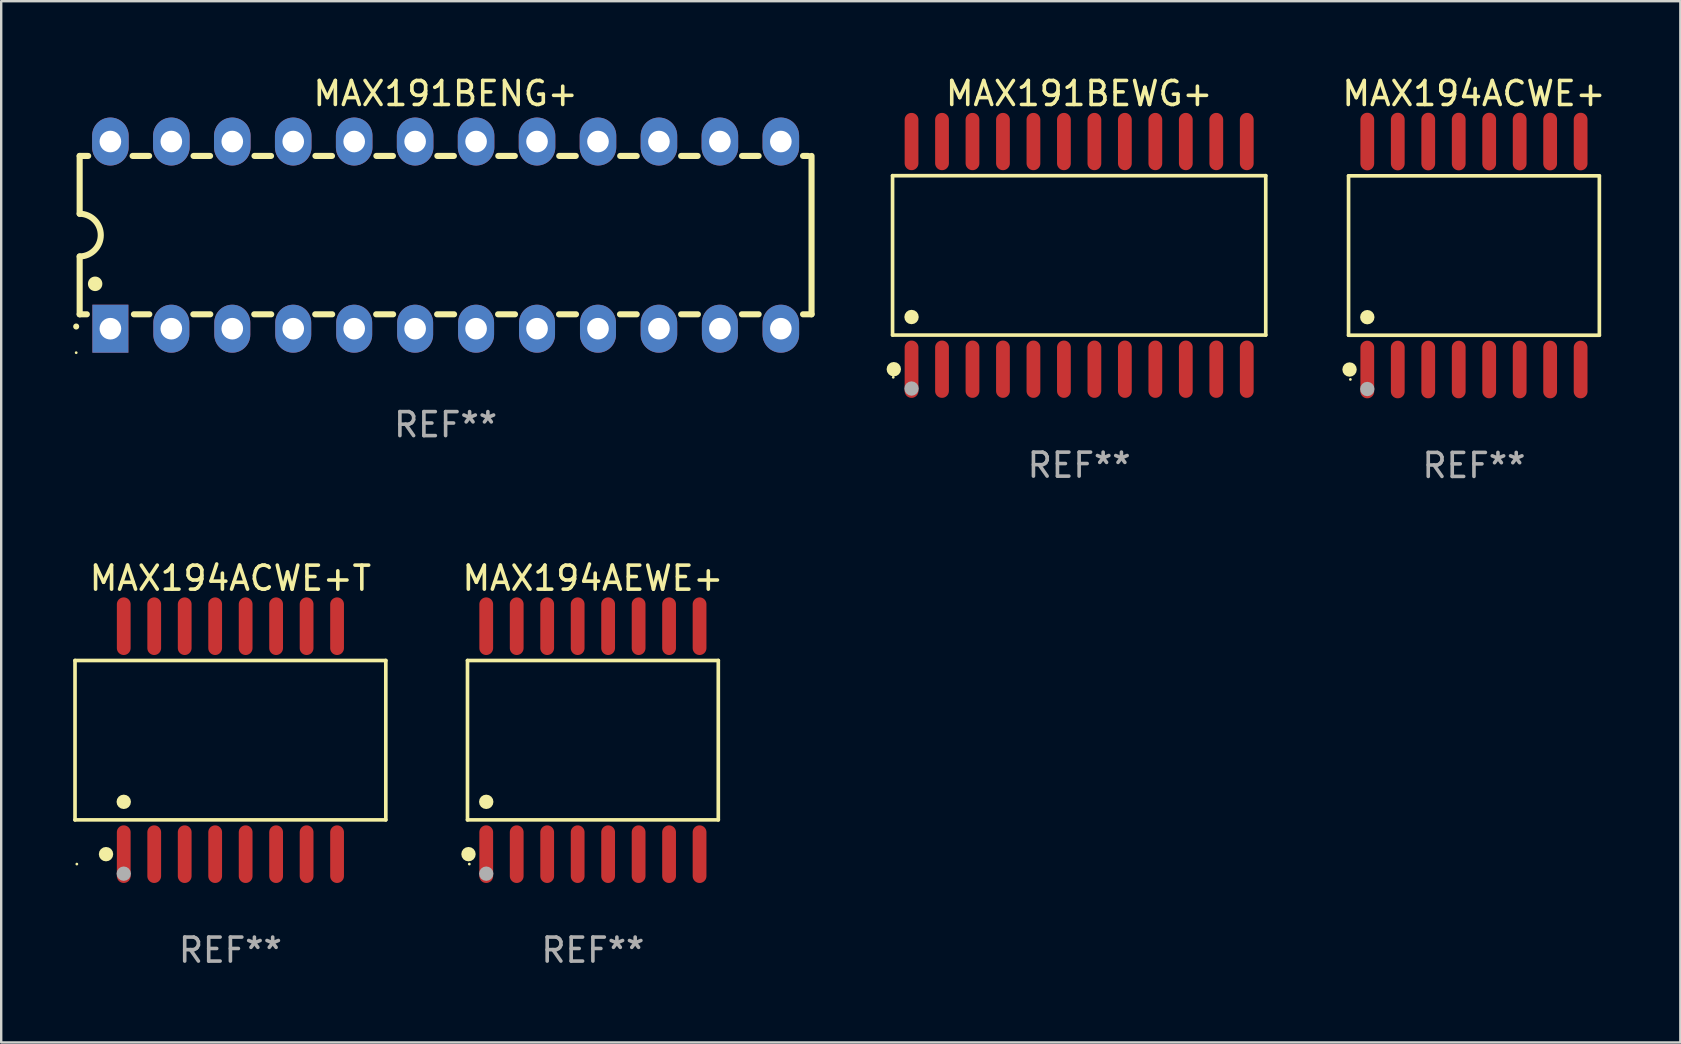
<source format=kicad_pcb>
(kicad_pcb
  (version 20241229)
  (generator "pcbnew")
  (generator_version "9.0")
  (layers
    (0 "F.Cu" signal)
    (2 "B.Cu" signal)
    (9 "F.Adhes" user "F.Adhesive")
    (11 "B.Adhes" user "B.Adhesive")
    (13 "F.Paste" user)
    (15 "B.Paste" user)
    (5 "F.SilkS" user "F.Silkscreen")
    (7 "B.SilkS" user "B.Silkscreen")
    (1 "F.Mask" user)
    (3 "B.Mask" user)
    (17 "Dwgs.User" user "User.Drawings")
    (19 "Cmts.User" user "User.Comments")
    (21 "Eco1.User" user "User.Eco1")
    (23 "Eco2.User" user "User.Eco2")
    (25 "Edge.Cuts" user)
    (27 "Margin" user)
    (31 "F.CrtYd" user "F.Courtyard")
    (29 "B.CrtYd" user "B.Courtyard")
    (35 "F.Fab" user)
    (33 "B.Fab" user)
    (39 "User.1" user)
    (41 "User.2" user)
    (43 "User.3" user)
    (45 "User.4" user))
  (footprint "MAX191BEWG+"
    (layer "F.Cu")
    (at 41.922 7.592)
    (property "Reference" "MAX191BEWG+" (at 0 -6.744 0) (layer "F.SilkS") (effects (font (size 1 1) (thickness 0.15))))
    (attr through_hole)
    (fp_line (start -7.776 -3.321) (end 7.776 -3.321) (stroke (width 0.152) (type solid)) (layer "F.SilkS"))
    (fp_line (start -7.776 3.321) (end -7.776 -3.321) (stroke (width 0.152) (type solid)) (layer "F.SilkS"))
    (fp_line (start 7.776 -3.321) (end 7.776 3.321) (stroke (width 0.152) (type solid)) (layer "F.SilkS"))
    (fp_line (start 7.776 3.321) (end -7.776 3.321) (stroke (width 0.152) (type solid)) (layer "F.SilkS"))
    (fp_circle (center -7.747 5.08) (end -7.717 5.08) (stroke (width 0.06) (type solid)) (fill no) (layer "F.SilkS"))
    (fp_circle (center -7.724 4.744) (end -7.574 4.744) (stroke (width 0.3) (type solid)) (fill no) (layer "F.SilkS"))
    (fp_circle (center -6.985 2.569) (end -6.835 2.569) (stroke (width 0.3) (type solid)) (fill no) (layer "F.SilkS"))
    (fp_circle (center -6.985 5.55) (end -6.835 5.55) (stroke (width 0.3) (type solid)) (fill no) (layer "F.Fab"))
    (fp_text user "REF**" (at 0 8.744 0) (layer "F.Fab") (effects (font (size 1 1) (thickness 0.15))))
    (pad "1" smd oval (at -6.985 4.744) (size 0.574 2.388) (layers "F.Cu" "F.Mask" "F.Paste"))
    (pad "2" smd oval (at -5.715 4.744) (size 0.574 2.388) (layers "F.Cu" "F.Mask" "F.Paste"))
    (pad "3" smd oval (at -4.445 4.744) (size 0.574 2.388) (layers "F.Cu" "F.Mask" "F.Paste"))
    (pad "4" smd oval (at -3.175 4.744) (size 0.574 2.388) (layers "F.Cu" "F.Mask" "F.Paste"))
    (pad "5" smd oval (at -1.905 4.744) (size 0.574 2.388) (layers "F.Cu" "F.Mask" "F.Paste"))
    (pad "6" smd oval (at -0.635 4.744) (size 0.574 2.388) (layers "F.Cu" "F.Mask" "F.Paste"))
    (pad "7" smd oval (at 0.635 4.744) (size 0.574 2.388) (layers "F.Cu" "F.Mask" "F.Paste"))
    (pad "8" smd oval (at 1.905 4.744) (size 0.574 2.388) (layers "F.Cu" "F.Mask" "F.Paste"))
    (pad "9" smd oval (at 3.175 4.744) (size 0.574 2.388) (layers "F.Cu" "F.Mask" "F.Paste"))
    (pad "10" smd oval (at 4.445 4.744) (size 0.574 2.388) (layers "F.Cu" "F.Mask" "F.Paste"))
    (pad "11" smd oval (at 5.715 4.744) (size 0.574 2.388) (layers "F.Cu" "F.Mask" "F.Paste"))
    (pad "12" smd oval (at 6.985 4.744) (size 0.574 2.388) (layers "F.Cu" "F.Mask" "F.Paste"))
    (pad "13" smd oval (at 6.985 -4.744) (size 0.574 2.388) (layers "F.Cu" "F.Mask" "F.Paste"))
    (pad "14" smd oval (at 5.715 -4.744) (size 0.574 2.388) (layers "F.Cu" "F.Mask" "F.Paste"))
    (pad "15" smd oval (at 4.445 -4.744) (size 0.574 2.388) (layers "F.Cu" "F.Mask" "F.Paste"))
    (pad "16" smd oval (at 3.175 -4.744) (size 0.574 2.388) (layers "F.Cu" "F.Mask" "F.Paste"))
    (pad "17" smd oval (at 1.905 -4.744) (size 0.574 2.388) (layers "F.Cu" "F.Mask" "F.Paste"))
    (pad "18" smd oval (at 0.635 -4.744) (size 0.574 2.388) (layers "F.Cu" "F.Mask" "F.Paste"))
    (pad "19" smd oval (at -0.635 -4.744) (size 0.574 2.388) (layers "F.Cu" "F.Mask" "F.Paste"))
    (pad "20" smd oval (at -1.905 -4.744) (size 0.574 2.388) (layers "F.Cu" "F.Mask" "F.Paste"))
    (pad "21" smd oval (at -3.175 -4.744) (size 0.574 2.388) (layers "F.Cu" "F.Mask" "F.Paste"))
    (pad "22" smd oval (at -4.445 -4.744) (size 0.574 2.388) (layers "F.Cu" "F.Mask" "F.Paste"))
    (pad "23" smd oval (at -5.715 -4.744) (size 0.574 2.388) (layers "F.Cu" "F.Mask" "F.Paste"))
    (pad "24" smd oval (at -6.985 -4.744) (size 0.574 2.388) (layers "F.Cu" "F.Mask" "F.Paste")))
  (footprint "MAX194AEWE+"
    (layer "F.Cu")
    (at 21.658 27.796)
    (property "Reference" "MAX194AEWE+" (at 0 -6.75 0) (layer "F.SilkS") (effects (font (size 1 1) (thickness 0.15))))
    (attr through_hole)
    (fp_line (start -5.226 -3.321) (end 5.226 -3.321) (stroke (width 0.152) (type solid)) (layer "F.SilkS"))
    (fp_line (start -5.226 3.321) (end -5.226 -3.321) (stroke (width 0.152) (type solid)) (layer "F.SilkS"))
    (fp_line (start 5.226 -3.321) (end 5.226 3.321) (stroke (width 0.152) (type solid)) (layer "F.SilkS"))
    (fp_line (start 5.226 3.321) (end -5.226 3.321) (stroke (width 0.152) (type solid)) (layer "F.SilkS"))
    (fp_circle (center -5.184 4.75) (end -5.034 4.75) (stroke (width 0.3) (type solid)) (fill no) (layer "F.SilkS"))
    (fp_circle (center -5.15 5.163) (end -5.12 5.163) (stroke (width 0.06) (type solid)) (fill no) (layer "F.SilkS"))
    (fp_circle (center -4.445 2.569) (end -4.295 2.569) (stroke (width 0.3) (type solid)) (fill no) (layer "F.SilkS"))
    (fp_circle (center -4.445 5.563) (end -4.295 5.563) (stroke (width 0.3) (type solid)) (fill no) (layer "F.Fab"))
    (fp_text user "REF**" (at 0 8.75 0) (layer "F.Fab") (effects (font (size 1 1) (thickness 0.15))))
    (pad "1" smd oval (at -4.445 4.75) (size 0.574 2.401) (layers "F.Cu" "F.Mask" "F.Paste"))
    (pad "2" smd oval (at -3.175 4.75) (size 0.574 2.401) (layers "F.Cu" "F.Mask" "F.Paste"))
    (pad "3" smd oval (at -1.905 4.75) (size 0.574 2.401) (layers "F.Cu" "F.Mask" "F.Paste"))
    (pad "4" smd oval (at -0.635 4.75) (size 0.574 2.401) (layers "F.Cu" "F.Mask" "F.Paste"))
    (pad "5" smd oval (at 0.635 4.75) (size 0.574 2.401) (layers "F.Cu" "F.Mask" "F.Paste"))
    (pad "6" smd oval (at 1.905 4.75) (size 0.574 2.401) (layers "F.Cu" "F.Mask" "F.Paste"))
    (pad "7" smd oval (at 3.175 4.75) (size 0.574 2.401) (layers "F.Cu" "F.Mask" "F.Paste"))
    (pad "8" smd oval (at 4.445 4.75) (size 0.574 2.401) (layers "F.Cu" "F.Mask" "F.Paste"))
    (pad "9" smd oval (at 4.445 -4.75) (size 0.574 2.401) (layers "F.Cu" "F.Mask" "F.Paste"))
    (pad "10" smd oval (at 3.175 -4.75) (size 0.574 2.401) (layers "F.Cu" "F.Mask" "F.Paste"))
    (pad "11" smd oval (at 1.905 -4.75) (size 0.574 2.401) (layers "F.Cu" "F.Mask" "F.Paste"))
    (pad "12" smd oval (at 0.635 -4.75) (size 0.574 2.401) (layers "F.Cu" "F.Mask" "F.Paste"))
    (pad "13" smd oval (at -0.635 -4.75) (size 0.574 2.401) (layers "F.Cu" "F.Mask" "F.Paste"))
    (pad "14" smd oval (at -1.905 -4.75) (size 0.574 2.401) (layers "F.Cu" "F.Mask" "F.Paste"))
    (pad "15" smd oval (at -3.175 -4.75) (size 0.574 2.401) (layers "F.Cu" "F.Mask" "F.Paste"))
    (pad "16" smd oval (at -4.445 -4.75) (size 0.574 2.401) (layers "F.Cu" "F.Mask" "F.Paste")))
  (footprint "MAX194ACWE+T"
    (layer "F.Cu")
    (at 6.552 27.796)
    (property "Reference" "MAX194ACWE+T" (at 0 -6.75 0) (layer "F.SilkS") (effects (font (size 1 1) (thickness 0.15))))
    (attr through_hole)
    (fp_line (start -6.476 -3.321) (end 6.476 -3.321) (stroke (width 0.152) (type solid)) (layer "F.SilkS"))
    (fp_line (start -6.476 3.321) (end -6.476 -3.321) (stroke (width 0.152) (type solid)) (layer "F.SilkS"))
    (fp_line (start 6.476 -3.321) (end 6.476 3.321) (stroke (width 0.152) (type solid)) (layer "F.SilkS"))
    (fp_line (start 6.476 3.321) (end -6.476 3.321) (stroke (width 0.152) (type solid)) (layer "F.SilkS"))
    (fp_circle (center -6.4 5.163) (end -6.37 5.163) (stroke (width 0.06) (type solid)) (fill no) (layer "F.SilkS"))
    (fp_circle (center -5.184 4.75) (end -5.034 4.75) (stroke (width 0.3) (type solid)) (fill no) (layer "F.SilkS"))
    (fp_circle (center -4.445 2.569) (end -4.295 2.569) (stroke (width 0.3) (type solid)) (fill no) (layer "F.SilkS"))
    (fp_circle (center -4.445 5.563) (end -4.295 5.563) (stroke (width 0.3) (type solid)) (fill no) (layer "F.Fab"))
    (fp_text user "REF**" (at 0 8.75 0) (layer "F.Fab") (effects (font (size 1 1) (thickness 0.15))))
    (pad "1" smd oval (at -4.445 4.75) (size 0.574 2.401) (layers "F.Cu" "F.Mask" "F.Paste"))
    (pad "2" smd oval (at -3.175 4.75) (size 0.574 2.401) (layers "F.Cu" "F.Mask" "F.Paste"))
    (pad "3" smd oval (at -1.905 4.75) (size 0.574 2.401) (layers "F.Cu" "F.Mask" "F.Paste"))
    (pad "4" smd oval (at -0.635 4.75) (size 0.574 2.401) (layers "F.Cu" "F.Mask" "F.Paste"))
    (pad "5" smd oval (at 0.635 4.75) (size 0.574 2.401) (layers "F.Cu" "F.Mask" "F.Paste"))
    (pad "6" smd oval (at 1.905 4.75) (size 0.574 2.401) (layers "F.Cu" "F.Mask" "F.Paste"))
    (pad "7" smd oval (at 3.175 4.75) (size 0.574 2.401) (layers "F.Cu" "F.Mask" "F.Paste"))
    (pad "8" smd oval (at 4.445 4.75) (size 0.574 2.401) (layers "F.Cu" "F.Mask" "F.Paste"))
    (pad "9" smd oval (at 4.445 -4.75) (size 0.574 2.401) (layers "F.Cu" "F.Mask" "F.Paste"))
    (pad "10" smd oval (at 3.175 -4.75) (size 0.574 2.401) (layers "F.Cu" "F.Mask" "F.Paste"))
    (pad "11" smd oval (at 1.905 -4.75) (size 0.574 2.401) (layers "F.Cu" "F.Mask" "F.Paste"))
    (pad "12" smd oval (at 0.635 -4.75) (size 0.574 2.401) (layers "F.Cu" "F.Mask" "F.Paste"))
    (pad "13" smd oval (at -0.635 -4.75) (size 0.574 2.401) (layers "F.Cu" "F.Mask" "F.Paste"))
    (pad "14" smd oval (at -1.905 -4.75) (size 0.574 2.401) (layers "F.Cu" "F.Mask" "F.Paste"))
    (pad "15" smd oval (at -3.175 -4.75) (size 0.574 2.401) (layers "F.Cu" "F.Mask" "F.Paste"))
    (pad "16" smd oval (at -4.445 -4.75) (size 0.574 2.401) (layers "F.Cu" "F.Mask" "F.Paste")))
  (footprint "MAX191BENG+"
    (layer "F.Cu")
    (at 15.52 6.748)
    (property "Reference" "MAX191BENG+" (at 0 -5.9 0) (layer "F.SilkS") (effects (font (size 1 1) (thickness 0.15))))
    (attr through_hole)
    (fp_line (start -15.25 -3.3) (end -15.25 -0.889) (stroke (width 0.254) (type solid)) (layer "F.SilkS"))
    (fp_line (start -15.25 -3.3) (end -14.895 -3.3) (stroke (width 0.254) (type solid)) (layer "F.SilkS"))
    (fp_line (start -15.25 3.3) (end -15.25 0.889) (stroke (width 0.254) (type solid)) (layer "F.SilkS"))
    (fp_line (start -15.25 3.3) (end -14.951 3.3) (stroke (width 0.254) (type solid)) (layer "F.SilkS"))
    (fp_line (start -13.045 -3.3) (end -12.355 -3.3) (stroke (width 0.254) (type solid)) (layer "F.SilkS"))
    (fp_line (start -12.989 3.3) (end -12.347 3.3) (stroke (width 0.254) (type solid)) (layer "F.SilkS"))
    (fp_line (start -10.514 3.3) (end -9.807 3.3) (stroke (width 0.254) (type solid)) (layer "F.SilkS"))
    (fp_line (start -10.505 -3.3) (end -9.815 -3.3) (stroke (width 0.254) (type solid)) (layer "F.SilkS"))
    (fp_line (start -7.974 3.3) (end -7.267 3.3) (stroke (width 0.254) (type solid)) (layer "F.SilkS"))
    (fp_line (start -7.965 -3.3) (end -7.275 -3.3) (stroke (width 0.254) (type solid)) (layer "F.SilkS"))
    (fp_line (start -5.434 3.3) (end -4.727 3.3) (stroke (width 0.254) (type solid)) (layer "F.SilkS"))
    (fp_line (start -5.425 -3.3) (end -4.735 -3.3) (stroke (width 0.254) (type solid)) (layer "F.SilkS"))
    (fp_line (start -2.894 3.3) (end -2.187 3.3) (stroke (width 0.254) (type solid)) (layer "F.SilkS"))
    (fp_line (start -2.885 -3.3) (end -2.195 -3.3) (stroke (width 0.254) (type solid)) (layer "F.SilkS"))
    (fp_line (start -0.354 3.3) (end 0.353 3.3) (stroke (width 0.254) (type solid)) (layer "F.SilkS"))
    (fp_line (start -0.345 -3.3) (end 0.345 -3.3) (stroke (width 0.254) (type solid)) (layer "F.SilkS"))
    (fp_line (start 2.186 3.3) (end 2.893 3.3) (stroke (width 0.254) (type solid)) (layer "F.SilkS"))
    (fp_line (start 2.195 -3.3) (end 2.885 -3.3) (stroke (width 0.254) (type solid)) (layer "F.SilkS"))
    (fp_line (start 4.726 3.3) (end 5.434 3.3) (stroke (width 0.254) (type solid)) (layer "F.SilkS"))
    (fp_line (start 4.735 -3.3) (end 5.425 -3.3) (stroke (width 0.254) (type solid)) (layer "F.SilkS"))
    (fp_line (start 7.266 3.3) (end 7.965 3.3) (stroke (width 0.254) (type solid)) (layer "F.SilkS"))
    (fp_line (start 7.275 -3.3) (end 7.965 -3.3) (stroke (width 0.254) (type solid)) (layer "F.SilkS"))
    (fp_line (start 9.815 -3.3) (end 10.505 -3.3) (stroke (width 0.254) (type solid)) (layer "F.SilkS"))
    (fp_line (start 9.815 3.3) (end 10.514 3.3) (stroke (width 0.254) (type solid)) (layer "F.SilkS"))
    (fp_line (start 12.346 3.3) (end 13.045 3.3) (stroke (width 0.254) (type solid)) (layer "F.SilkS"))
    (fp_line (start 12.355 -3.3) (end 13.045 -3.3) (stroke (width 0.254) (type solid)) (layer "F.SilkS"))
    (fp_line (start 14.895 -3.3) (end 15.113 -3.3) (stroke (width 0.254) (type solid)) (layer "F.SilkS"))
    (fp_line (start 14.895 3.3) (end 15.25 3.3) (stroke (width 0.254) (type solid)) (layer "F.SilkS"))
    (fp_line (start 15.25 -3.3) (end 15.25 3.3) (stroke (width 0.254) (type solid)) (layer "F.SilkS"))
    (fp_arc (start -15.394971 3.810033) (mid -15.394978 3.808763) (end -15.394971 3.807493) (stroke (width 0.25) (type solid)) (layer "F.SilkS"))
    (fp_arc (start -15.251053 -0.890146) (mid -14.361467 -0.001067) (end -15.250038 0.889027) (stroke (width 0.254001) (type solid)) (layer "F.SilkS"))
    (fp_arc (start -14.605029 2.032029) (mid -14.60504 2.029489) (end -14.605029 2.026949) (stroke (width 0.6) (type solid)) (layer "F.SilkS"))
    (fp_circle (center -15.395 4.9) (end -15.365 4.9) (stroke (width 0.06) (type solid)) (fill no) (layer "F.SilkS"))
    (fp_text user "REF**" (at 0 7.9 0) (layer "F.Fab") (effects (font (size 1 1) (thickness 0.15))))
    (pad "1" thru_hole rect (at -13.97 3.9 90) (size 2 1.5) (drill 0.9) (layers "*.Cu" "*.Mask"))
    (pad "2" thru_hole oval (at -11.43 3.9 90) (size 2 1.5) (drill 0.9) (layers "*.Cu" "*.Mask"))
    (pad "3" thru_hole oval (at -8.89 3.9 90) (size 2 1.5) (drill 0.9) (layers "*.Cu" "*.Mask"))
    (pad "4" thru_hole oval (at -6.35 3.9 90) (size 2 1.5) (drill 0.9) (layers "*.Cu" "*.Mask"))
    (pad "5" thru_hole oval (at -3.81 3.9 90) (size 2 1.5) (drill 0.9) (layers "*.Cu" "*.Mask"))
    (pad "6" thru_hole oval (at -1.27 3.9 90) (size 2 1.5) (drill 0.9) (layers "*.Cu" "*.Mask"))
    (pad "7" thru_hole oval (at 1.27 3.9 90) (size 2 1.5) (drill 0.9) (layers "*.Cu" "*.Mask"))
    (pad "8" thru_hole oval (at 3.81 3.9 90) (size 2 1.5) (drill 0.9) (layers "*.Cu" "*.Mask"))
    (pad "9" thru_hole oval (at 6.35 3.9 90) (size 2 1.5) (drill 0.9) (layers "*.Cu" "*.Mask"))
    (pad "10" thru_hole oval (at 8.89 3.9 90) (size 2 1.524) (drill 0.9) (layers "*.Cu" "*.Mask"))
    (pad "11" thru_hole oval (at 11.43 3.9 90) (size 2 1.5) (drill 0.9) (layers "*.Cu" "*.Mask"))
    (pad "12" thru_hole oval (at 13.97 3.9 90) (size 2 1.524) (drill 0.9) (layers "*.Cu" "*.Mask"))
    (pad "13" thru_hole oval (at 13.97 -3.9 90) (size 2 1.524) (drill 0.9) (layers "*.Cu" "*.Mask"))
    (pad "14" thru_hole oval (at 11.43 -3.9 90) (size 2 1.524) (drill 0.9) (layers "*.Cu" "*.Mask"))
    (pad "15" thru_hole oval (at 8.89 -3.9 90) (size 2 1.524) (drill 0.9) (layers "*.Cu" "*.Mask"))
    (pad "16" thru_hole oval (at 6.35 -3.9 90) (size 2 1.524) (drill 0.9) (layers "*.Cu" "*.Mask"))
    (pad "17" thru_hole oval (at 3.81 -3.9 90) (size 2 1.524) (drill 0.9) (layers "*.Cu" "*.Mask"))
    (pad "18" thru_hole oval (at 1.27 -3.9 90) (size 2 1.524) (drill 0.9) (layers "*.Cu" "*.Mask"))
    (pad "19" thru_hole oval (at -1.27 -3.9 90) (size 2 1.524) (drill 0.9) (layers "*.Cu" "*.Mask"))
    (pad "20" thru_hole oval (at -3.81 -3.9 90) (size 2 1.524) (drill 0.9) (layers "*.Cu" "*.Mask"))
    (pad "21" thru_hole oval (at -6.35 -3.9 90) (size 2 1.524) (drill 0.9) (layers "*.Cu" "*.Mask"))
    (pad "22" thru_hole oval (at -8.89 -3.9 90) (size 2 1.524) (drill 0.9) (layers "*.Cu" "*.Mask"))
    (pad "23" thru_hole oval (at -11.43 -3.9 90) (size 2 1.524) (drill 0.9) (layers "*.Cu" "*.Mask"))
    (pad "24" thru_hole oval (at -13.97 -3.9 90) (size 2 1.524) (drill 0.9) (layers "*.Cu" "*.Mask")))
  (footprint "MAX194ACWE+"
    (layer "F.Cu")
    (at 58.375 7.599)
    (property "Reference" "MAX194ACWE+" (at 0 -6.75 0) (layer "F.SilkS") (effects (font (size 1 1) (thickness 0.15))))
    (attr through_hole)
    (fp_line (start -5.226 -3.321) (end 5.226 -3.321) (stroke (width 0.152) (type solid)) (layer "F.SilkS"))
    (fp_line (start -5.226 3.321) (end -5.226 -3.321) (stroke (width 0.152) (type solid)) (layer "F.SilkS"))
    (fp_line (start 5.226 -3.321) (end 5.226 3.321) (stroke (width 0.152) (type solid)) (layer "F.SilkS"))
    (fp_line (start 5.226 3.321) (end -5.226 3.321) (stroke (width 0.152) (type solid)) (layer "F.SilkS"))
    (fp_circle (center -5.184 4.75) (end -5.034 4.75) (stroke (width 0.3) (type solid)) (fill no) (layer "F.SilkS"))
    (fp_circle (center -5.15 5.163) (end -5.12 5.163) (stroke (width 0.06) (type solid)) (fill no) (layer "F.SilkS"))
    (fp_circle (center -4.445 2.569) (end -4.295 2.569) (stroke (width 0.3) (type solid)) (fill no) (layer "F.SilkS"))
    (fp_circle (center -4.445 5.563) (end -4.295 5.563) (stroke (width 0.3) (type solid)) (fill no) (layer "F.Fab"))
    (fp_text user "REF**" (at 0 8.75 0) (layer "F.Fab") (effects (font (size 1 1) (thickness 0.15))))
    (pad "1" smd oval (at -4.445 4.75) (size 0.574 2.401) (layers "F.Cu" "F.Mask" "F.Paste"))
    (pad "2" smd oval (at -3.175 4.75) (size 0.574 2.401) (layers "F.Cu" "F.Mask" "F.Paste"))
    (pad "3" smd oval (at -1.905 4.75) (size 0.574 2.401) (layers "F.Cu" "F.Mask" "F.Paste"))
    (pad "4" smd oval (at -0.635 4.75) (size 0.574 2.401) (layers "F.Cu" "F.Mask" "F.Paste"))
    (pad "5" smd oval (at 0.635 4.75) (size 0.574 2.401) (layers "F.Cu" "F.Mask" "F.Paste"))
    (pad "6" smd oval (at 1.905 4.75) (size 0.574 2.401) (layers "F.Cu" "F.Mask" "F.Paste"))
    (pad "7" smd oval (at 3.175 4.75) (size 0.574 2.401) (layers "F.Cu" "F.Mask" "F.Paste"))
    (pad "8" smd oval (at 4.445 4.75) (size 0.574 2.401) (layers "F.Cu" "F.Mask" "F.Paste"))
    (pad "9" smd oval (at 4.445 -4.75) (size 0.574 2.401) (layers "F.Cu" "F.Mask" "F.Paste"))
    (pad "10" smd oval (at 3.175 -4.75) (size 0.574 2.401) (layers "F.Cu" "F.Mask" "F.Paste"))
    (pad "11" smd oval (at 1.905 -4.75) (size 0.574 2.401) (layers "F.Cu" "F.Mask" "F.Paste"))
    (pad "12" smd oval (at 0.635 -4.75) (size 0.574 2.401) (layers "F.Cu" "F.Mask" "F.Paste"))
    (pad "13" smd oval (at -0.635 -4.75) (size 0.574 2.401) (layers "F.Cu" "F.Mask" "F.Paste"))
    (pad "14" smd oval (at -1.905 -4.75) (size 0.574 2.401) (layers "F.Cu" "F.Mask" "F.Paste"))
    (pad "15" smd oval (at -3.175 -4.75) (size 0.574 2.401) (layers "F.Cu" "F.Mask" "F.Paste"))
    (pad "16" smd oval (at -4.445 -4.75) (size 0.574 2.401) (layers "F.Cu" "F.Mask" "F.Paste")))
  (gr_rect
    (start -3 -3)
    (end 66.976 40.394)
    (stroke (width 0.1) (type default))
    (fill no)
    (layer "Edge.Cuts")))
</source>
